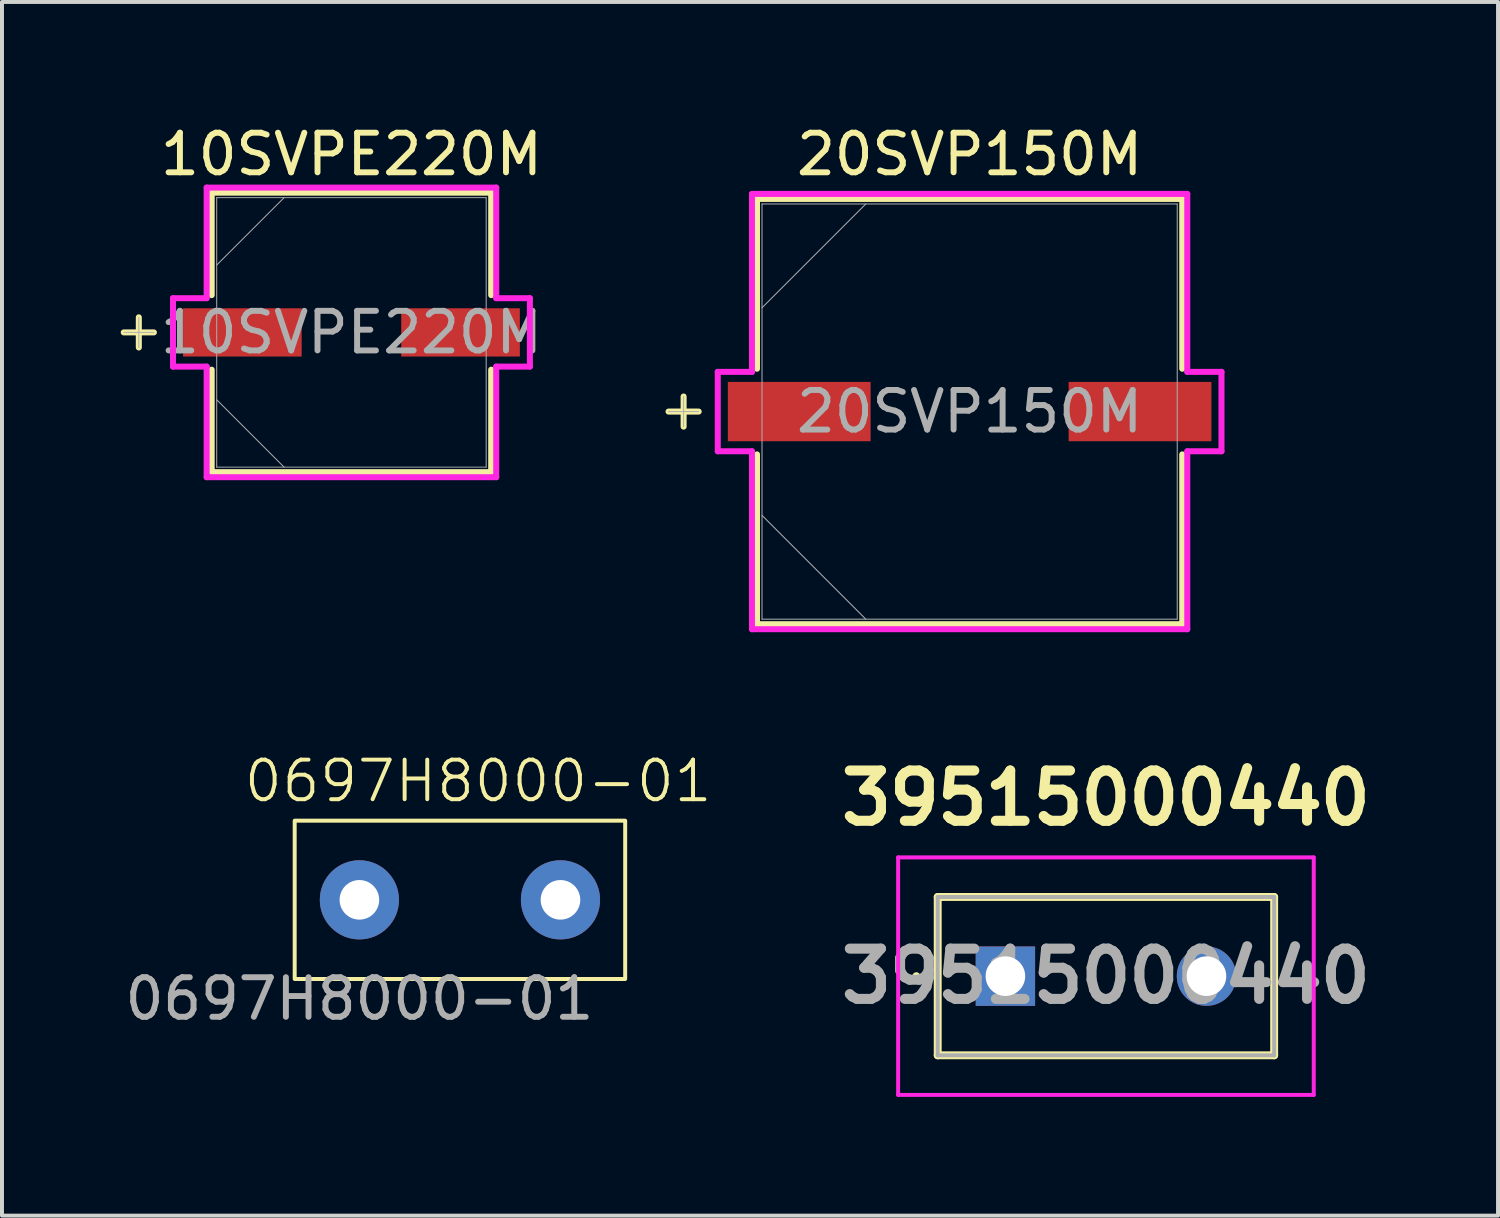
<source format=kicad_pcb>
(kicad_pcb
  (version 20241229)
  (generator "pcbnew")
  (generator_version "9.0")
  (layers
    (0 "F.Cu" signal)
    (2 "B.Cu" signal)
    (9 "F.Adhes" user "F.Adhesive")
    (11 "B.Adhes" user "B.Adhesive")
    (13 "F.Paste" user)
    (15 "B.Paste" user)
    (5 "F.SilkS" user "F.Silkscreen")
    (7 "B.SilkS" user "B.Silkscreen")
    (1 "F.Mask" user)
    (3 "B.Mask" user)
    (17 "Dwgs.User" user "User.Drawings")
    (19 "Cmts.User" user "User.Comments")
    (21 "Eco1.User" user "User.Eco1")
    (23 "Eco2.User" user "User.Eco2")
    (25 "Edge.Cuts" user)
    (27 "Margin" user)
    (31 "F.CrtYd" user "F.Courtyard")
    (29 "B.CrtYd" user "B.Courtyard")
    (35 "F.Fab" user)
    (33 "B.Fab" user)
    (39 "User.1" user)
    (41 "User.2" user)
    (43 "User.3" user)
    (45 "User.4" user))
  (footprint "39515000440"
    (layer "F.Cu")
    (at 22.351 21.612)
    (property "Reference" "39515000440" (at 2.54 -4.5 0) (layer "F.SilkS") (effects (font (size 1.27 1.27) (thickness 0.254))))
    (attr through_hole)
    (fp_line (start -2.3 0) (end -2.3 0) (stroke (width 0.1) (type solid)) (layer "F.SilkS"))
    (fp_line (start -2.2 0) (end -2.2 0) (stroke (width 0.1) (type solid)) (layer "F.SilkS"))
    (fp_line (start -1.71 -2) (end 6.79 -2) (stroke (width 0.2) (type solid)) (layer "F.SilkS"))
    (fp_line (start -1.71 2) (end -1.71 -2) (stroke (width 0.2) (type solid)) (layer "F.SilkS"))
    (fp_line (start 6.79 -2) (end 6.79 2) (stroke (width 0.2) (type solid)) (layer "F.SilkS"))
    (fp_line (start 6.79 2) (end -1.71 2) (stroke (width 0.2) (type solid)) (layer "F.SilkS"))
    (fp_arc (start -2.3 0) (mid -2.25 -0.05) (end -2.2 0) (stroke (width 0.1) (type solid)) (layer "F.SilkS"))
    (fp_arc (start -2.2 0) (mid -2.25 0.05) (end -2.3 0) (stroke (width 0.1) (type solid)) (layer "F.SilkS"))
    (fp_line (start -2.71 -3) (end 7.79 -3) (stroke (width 0.1) (type solid)) (layer "F.CrtYd"))
    (fp_line (start -2.71 3) (end -2.71 -3) (stroke (width 0.1) (type solid)) (layer "F.CrtYd"))
    (fp_line (start 7.79 -3) (end 7.79 3) (stroke (width 0.1) (type solid)) (layer "F.CrtYd"))
    (fp_line (start 7.79 3) (end -2.71 3) (stroke (width 0.1) (type solid)) (layer "F.CrtYd"))
    (fp_line (start -1.71 -2) (end 6.79 -2) (stroke (width 0.1) (type solid)) (layer "F.Fab"))
    (fp_line (start -1.71 2) (end -1.71 -2) (stroke (width 0.1) (type solid)) (layer "F.Fab"))
    (fp_line (start 6.79 -2) (end 6.79 2) (stroke (width 0.1) (type solid)) (layer "F.Fab"))
    (fp_line (start 6.79 2) (end -1.71 2) (stroke (width 0.1) (type solid)) (layer "F.Fab"))
    (fp_text user "${REFERENCE}" (at 2.54 0 0) (layer "F.Fab") (effects (font (size 1.27 1.27) (thickness 0.254))))
    (pad "1" thru_hole rect (at 0 0) (size 1.5 1.5) (drill 1) (layers "*.Cu" "*.Mask"))
    (pad "2" thru_hole circle (at 5.08 0) (size 1.5 1.5) (drill 1) (layers "*.Cu" "*.Mask")))
  (footprint "20SVP150M"
    (layer "F.Cu")
    (at 21.447 7.348)
    (property "Reference" "20SVP150M" (at 0 -6.5 0) (unlocked yes) (layer "F.SilkS") (effects (font (size 1 1) (thickness 0.15))))
    (attr smd)
    (fp_line (start -7.226 -0.381) (end -7.226 0.381) (stroke (width 0.152) (type solid)) (layer "F.SilkS"))
    (fp_line (start -6.845 0) (end -7.607 0) (stroke (width 0.152) (type solid)) (layer "F.SilkS"))
    (fp_line (start -5.372 -5.372) (end -5.372 -1.082) (stroke (width 0.152) (type solid)) (layer "F.SilkS"))
    (fp_line (start -5.372 1.082) (end -5.372 5.372) (stroke (width 0.152) (type solid)) (layer "F.SilkS"))
    (fp_line (start -5.372 5.372) (end 5.372 5.372) (stroke (width 0.152) (type solid)) (layer "F.SilkS"))
    (fp_line (start 5.372 -5.372) (end -5.372 -5.372) (stroke (width 0.152) (type solid)) (layer "F.SilkS"))
    (fp_line (start 5.372 -1.082) (end 5.372 -5.372) (stroke (width 0.152) (type solid)) (layer "F.SilkS"))
    (fp_line (start 5.372 5.372) (end 5.372 1.082) (stroke (width 0.152) (type solid)) (layer "F.SilkS"))
    (fp_line (start -6.363 -1.003) (end -5.499 -1.003) (stroke (width 0.152) (type solid)) (layer "F.CrtYd"))
    (fp_line (start -6.363 1.003) (end -6.363 -1.003) (stroke (width 0.152) (type solid)) (layer "F.CrtYd"))
    (fp_line (start -5.499 -5.499) (end 5.499 -5.499) (stroke (width 0.152) (type solid)) (layer "F.CrtYd"))
    (fp_line (start -5.499 -1.003) (end -5.499 -5.499) (stroke (width 0.152) (type solid)) (layer "F.CrtYd"))
    (fp_line (start -5.499 1.003) (end -6.363 1.003) (stroke (width 0.152) (type solid)) (layer "F.CrtYd"))
    (fp_line (start -5.499 5.499) (end -5.499 1.003) (stroke (width 0.152) (type solid)) (layer "F.CrtYd"))
    (fp_line (start 5.499 -5.499) (end 5.499 -1.003) (stroke (width 0.152) (type solid)) (layer "F.CrtYd"))
    (fp_line (start 5.499 -1.003) (end 6.363 -1.003) (stroke (width 0.152) (type solid)) (layer "F.CrtYd"))
    (fp_line (start 5.499 1.003) (end 5.499 5.499) (stroke (width 0.152) (type solid)) (layer "F.CrtYd"))
    (fp_line (start 5.499 5.499) (end -5.499 5.499) (stroke (width 0.152) (type solid)) (layer "F.CrtYd"))
    (fp_line (start 6.363 -1.003) (end 6.363 1.003) (stroke (width 0.152) (type solid)) (layer "F.CrtYd"))
    (fp_line (start 6.363 1.003) (end 5.499 1.003) (stroke (width 0.152) (type solid)) (layer "F.CrtYd"))
    (fp_line (start -7.226 -0.381) (end -7.226 0.381) (stroke (width 0.025) (type solid)) (layer "F.Fab"))
    (fp_line (start -6.845 0) (end -7.607 0) (stroke (width 0.025) (type solid)) (layer "F.Fab"))
    (fp_line (start -5.245 -5.245) (end -5.245 5.245) (stroke (width 0.025) (type solid)) (layer "F.Fab"))
    (fp_line (start -5.245 -2.623) (end -2.623 -5.245) (stroke (width 0.025) (type solid)) (layer "F.Fab"))
    (fp_line (start -5.245 2.623) (end -2.623 5.245) (stroke (width 0.025) (type solid)) (layer "F.Fab"))
    (fp_line (start -5.245 5.245) (end 5.245 5.245) (stroke (width 0.025) (type solid)) (layer "F.Fab"))
    (fp_line (start 5.245 -5.245) (end -5.245 -5.245) (stroke (width 0.025) (type solid)) (layer "F.Fab"))
    (fp_line (start 5.245 5.245) (end 5.245 -5.245) (stroke (width 0.025) (type solid)) (layer "F.Fab"))
    (fp_text user "${REFERENCE}" (at 0 0 0) (unlocked yes) (layer "F.Fab") (effects (font (size 1 1) (thickness 0.15))))
    (pad "1" smd rect (at -4.305 0) (size 3.607 1.499) (layers "F.Cu" "F.Mask" "F.Paste"))
    (pad "2" smd rect (at 4.305 0) (size 3.607 1.499) (layers "F.Cu" "F.Mask" "F.Paste"))
    (zone (net_name "") (layer "F.Cu") (hatch full 0.508) (connect_pads) (min_thickness 0.254) (filled_areas_thickness no) (keepout (tracks not_allowed) (vias not_allowed) (pads allowed) (copperpour not_allowed) (footprints allowed)) (placement (enabled no)) (fill) (polygon (pts (xy 16.253 2.154) (xy 26.642 2.154) (xy 26.642 6.548) (xy 16.253 6.548))))
    (zone (net_name "") (layer "F.Cu") (hatch full 0.508) (connect_pads) (min_thickness 0.254) (filled_areas_thickness no) (keepout (tracks not_allowed) (vias not_allowed) (pads allowed) (copperpour not_allowed) (footprints allowed)) (placement (enabled no)) (fill) (polygon (pts (xy 16.253 8.148) (xy 26.642 8.148) (xy 26.642 12.543) (xy 16.253 12.543))))
    (zone (net_name "") (layer "F.Cu") (hatch full 0.508) (connect_pads) (min_thickness 0.254) (filled_areas_thickness no) (keepout (tracks not_allowed) (vias not_allowed) (pads allowed) (copperpour not_allowed) (footprints allowed)) (placement (enabled no)) (fill) (polygon (pts (xy 18.996 6.548) (xy 23.898 6.548) (xy 23.898 8.148) (xy 18.996 8.148)))))
  (footprint "10SVPE220M"
    (layer "F.Cu")
    (at 5.829 5.348)
    (property "Reference" "10SVPE220M" (at 0 -4.5 0) (unlocked yes) (layer "F.SilkS") (effects (font (size 1 1) (thickness 0.15))))
    (attr smd)
    (fp_line (start -5.372 -0.381) (end -5.372 0.381) (stroke (width 0.152) (type solid)) (layer "F.SilkS"))
    (fp_line (start -4.991 0) (end -5.753 0) (stroke (width 0.152) (type solid)) (layer "F.SilkS"))
    (fp_line (start -3.531 -3.531) (end -3.531 -0.942) (stroke (width 0.152) (type solid)) (layer "F.SilkS"))
    (fp_line (start -3.531 0.942) (end -3.531 3.531) (stroke (width 0.152) (type solid)) (layer "F.SilkS"))
    (fp_line (start -3.531 3.531) (end 3.531 3.531) (stroke (width 0.152) (type solid)) (layer "F.SilkS"))
    (fp_line (start 3.531 -3.531) (end -3.531 -3.531) (stroke (width 0.152) (type solid)) (layer "F.SilkS"))
    (fp_line (start 3.531 -0.942) (end 3.531 -3.531) (stroke (width 0.152) (type solid)) (layer "F.SilkS"))
    (fp_line (start 3.531 3.531) (end 3.531 0.942) (stroke (width 0.152) (type solid)) (layer "F.SilkS"))
    (fp_line (start -4.508 -0.864) (end -3.658 -0.864) (stroke (width 0.152) (type solid)) (layer "F.CrtYd"))
    (fp_line (start -4.508 0.864) (end -4.508 -0.864) (stroke (width 0.152) (type solid)) (layer "F.CrtYd"))
    (fp_line (start -3.658 -3.658) (end 3.658 -3.658) (stroke (width 0.152) (type solid)) (layer "F.CrtYd"))
    (fp_line (start -3.658 -0.864) (end -3.658 -3.658) (stroke (width 0.152) (type solid)) (layer "F.CrtYd"))
    (fp_line (start -3.658 0.864) (end -4.508 0.864) (stroke (width 0.152) (type solid)) (layer "F.CrtYd"))
    (fp_line (start -3.658 3.658) (end -3.658 0.864) (stroke (width 0.152) (type solid)) (layer "F.CrtYd"))
    (fp_line (start 3.658 -3.658) (end 3.658 -0.864) (stroke (width 0.152) (type solid)) (layer "F.CrtYd"))
    (fp_line (start 3.658 -0.864) (end 4.508 -0.864) (stroke (width 0.152) (type solid)) (layer "F.CrtYd"))
    (fp_line (start 3.658 0.864) (end 3.658 3.658) (stroke (width 0.152) (type solid)) (layer "F.CrtYd"))
    (fp_line (start 3.658 3.658) (end -3.658 3.658) (stroke (width 0.152) (type solid)) (layer "F.CrtYd"))
    (fp_line (start 4.508 -0.864) (end 4.508 0.864) (stroke (width 0.152) (type solid)) (layer "F.CrtYd"))
    (fp_line (start 4.508 0.864) (end 3.658 0.864) (stroke (width 0.152) (type solid)) (layer "F.CrtYd"))
    (fp_line (start -5.372 -0.381) (end -5.372 0.381) (stroke (width 0.025) (type solid)) (layer "F.Fab"))
    (fp_line (start -4.991 0) (end -5.753 0) (stroke (width 0.025) (type solid)) (layer "F.Fab"))
    (fp_line (start -3.404 -3.404) (end -3.404 3.404) (stroke (width 0.025) (type solid)) (layer "F.Fab"))
    (fp_line (start -3.404 -1.702) (end -1.702 -3.404) (stroke (width 0.025) (type solid)) (layer "F.Fab"))
    (fp_line (start -3.404 1.702) (end -1.702 3.404) (stroke (width 0.025) (type solid)) (layer "F.Fab"))
    (fp_line (start -3.404 3.404) (end 3.404 3.404) (stroke (width 0.025) (type solid)) (layer "F.Fab"))
    (fp_line (start 3.404 -3.404) (end -3.404 -3.404) (stroke (width 0.025) (type solid)) (layer "F.Fab"))
    (fp_line (start 3.404 3.404) (end 3.404 -3.404) (stroke (width 0.025) (type solid)) (layer "F.Fab"))
    (fp_text user "${REFERENCE}" (at 0 0 0) (unlocked yes) (layer "F.Fab") (effects (font (size 1 1) (thickness 0.15))))
    (pad "1" smd rect (at -2.756 0) (size 2.997 1.219) (layers "F.Cu" "F.Mask" "F.Paste"))
    (pad "2" smd rect (at 2.756 0) (size 2.997 1.219) (layers "F.Cu" "F.Mask" "F.Paste"))
    (zone (net_name "") (layer "F.Cu") (hatch full 0.508) (connect_pads) (min_thickness 0.254) (filled_areas_thickness no) (keepout (tracks not_allowed) (vias not_allowed) (pads allowed) (copperpour not_allowed) (footprints allowed)) (placement (enabled no)) (fill) (polygon (pts (xy 2.477 1.995) (xy 9.182 1.995) (xy 9.182 4.688) (xy 2.477 4.688))))
    (zone (net_name "") (layer "F.Cu") (hatch full 0.508) (connect_pads) (min_thickness 0.254) (filled_areas_thickness no) (keepout (tracks not_allowed) (vias not_allowed) (pads allowed) (copperpour not_allowed) (footprints allowed)) (placement (enabled no)) (fill) (polygon (pts (xy 2.477 6.009) (xy 9.182 6.009) (xy 9.182 8.701) (xy 2.477 8.701))))
    (zone (net_name "") (layer "F.Cu") (hatch full 0.508) (connect_pads) (min_thickness 0.254) (filled_areas_thickness no) (keepout (tracks not_allowed) (vias not_allowed) (pads allowed) (copperpour not_allowed) (footprints allowed)) (placement (enabled no)) (fill) (polygon (pts (xy 4.623 4.688) (xy 7.036 4.688) (xy 7.036 6.009) (xy 4.623 6.009)))))
  (footprint "0697H8000-01"
    (layer "F.Cu")
    (at 6.03 19.684)
    (property "Reference" "0697H8000-01" (at 3 -3 0) (unlocked yes) (layer "F.SilkS") (effects (font (size 1 1) (thickness 0.1))))
    (attr smd)
    (fp_rect (start -1.635 -2) (end 6.715 2) (stroke (width 0.1) (type solid)) (fill no) (layer "F.SilkS"))
    (fp_text user "${REFERENCE}" (at 0 2.5 0) (unlocked yes) (layer "F.Fab") (effects (font (size 1 1) (thickness 0.15))))
    (pad "1" thru_hole circle (at 0 0) (size 2 2) (drill 1) (layers "*.Cu" "*.Mask"))
    (pad "2" thru_hole circle (at 5.08 0) (size 2 2) (drill 1) (layers "*.Cu" "*.Mask")))
  (gr_rect
    (start -3 -3)
    (end 34.797 27.662)
    (stroke (width 0.1) (type default))
    (fill no)
    (layer "Edge.Cuts")))
</source>
